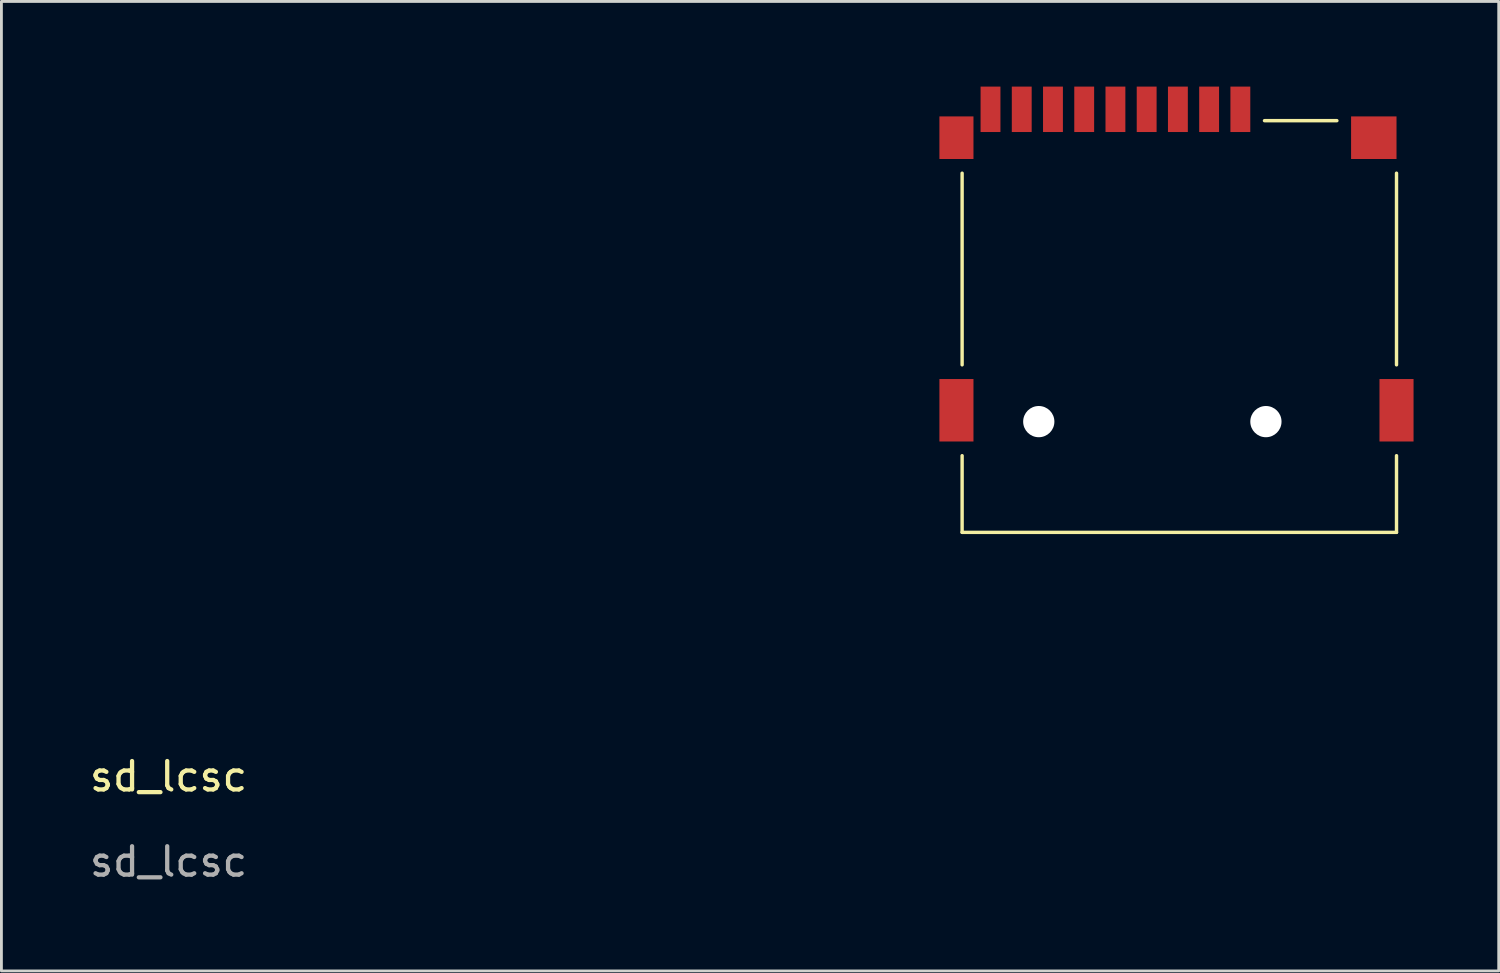
<source format=kicad_pcb>
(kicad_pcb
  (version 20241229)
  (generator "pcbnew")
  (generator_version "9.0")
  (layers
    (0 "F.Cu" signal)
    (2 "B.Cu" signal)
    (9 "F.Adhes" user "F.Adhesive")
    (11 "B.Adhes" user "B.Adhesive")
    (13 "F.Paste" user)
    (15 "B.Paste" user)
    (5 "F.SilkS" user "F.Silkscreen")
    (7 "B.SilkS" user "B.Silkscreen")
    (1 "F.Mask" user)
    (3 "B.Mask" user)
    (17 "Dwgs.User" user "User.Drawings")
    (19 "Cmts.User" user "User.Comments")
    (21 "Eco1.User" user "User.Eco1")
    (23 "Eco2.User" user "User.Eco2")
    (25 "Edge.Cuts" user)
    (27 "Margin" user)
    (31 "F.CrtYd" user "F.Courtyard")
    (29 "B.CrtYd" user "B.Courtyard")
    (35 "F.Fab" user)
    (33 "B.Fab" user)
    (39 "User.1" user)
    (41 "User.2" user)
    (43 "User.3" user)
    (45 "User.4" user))
  (footprint "sd_lcsc"
    (layer "F.Cu")
    (at 33.137 1.8)
    (property "Reference" "sd_lcsc" (at -30.25 22.5 0) (unlocked yes) (layer "F.SilkS") (effects (font (size 1 1) (thickness 0.15))))
    (attr smd)
    (fp_line (start -2.3 8) (end -2.3 1.25) (stroke (width 0.12) (type solid)) (layer "F.SilkS"))
    (fp_line (start -2.3 13.9) (end -2.3 11.2) (stroke (width 0.12) (type solid)) (layer "F.SilkS"))
    (fp_line (start -2.3 13.9) (end 13 13.9) (stroke (width 0.12) (type solid)) (layer "F.SilkS"))
    (fp_line (start 8.35 -0.6) (end 10.9 -0.6) (stroke (width 0.12) (type solid)) (layer "F.SilkS"))
    (fp_line (start 13 1.25) (end 13 8) (stroke (width 0.12) (type solid)) (layer "F.SilkS"))
    (fp_line (start 13 13.9) (end 13 11.2) (stroke (width 0.12) (type solid)) (layer "F.SilkS"))
    (fp_text user "${REFERENCE}" (at -30.25 25.5 0) (unlocked yes) (layer "F.Fab") (effects (font (size 1 1) (thickness 0.15))))
    (pad "" np_thru_hole circle (at 0.4 10) (size 1.1 1.1) (drill 1.1) (layers "*.Cu" "*.Mask"))
    (pad "" np_thru_hole circle (at 8.4 10) (size 1.1 1.1) (drill 1.1) (layers "*.Cu" "*.Mask"))
    (pad "1" smd rect (at 7.5 -1) (size 0.7 1.6) (layers "F.Cu" "F.Mask" "F.Paste"))
    (pad "2" smd rect (at 6.4 -1) (size 0.7 1.6) (layers "F.Cu" "F.Mask" "F.Paste"))
    (pad "3" smd rect (at 5.3 -1) (size 0.7 1.6) (layers "F.Cu" "F.Mask" "F.Paste"))
    (pad "4" smd rect (at 4.2 -1) (size 0.7 1.6) (layers "F.Cu" "F.Mask" "F.Paste"))
    (pad "5" smd rect (at 3.1 -1) (size 0.7 1.6) (layers "F.Cu" "F.Mask" "F.Paste"))
    (pad "6" smd rect (at 2 -1) (size 0.7 1.6) (layers "F.Cu" "F.Mask" "F.Paste"))
    (pad "7" smd rect (at 0.9 -1) (size 0.7 1.6) (layers "F.Cu" "F.Mask" "F.Paste"))
    (pad "8" smd rect (at -0.2 -1) (size 0.7 1.6) (layers "F.Cu" "F.Mask" "F.Paste"))
    (pad "9" smd rect (at -1.3 -1) (size 0.7 1.6) (layers "F.Cu" "F.Mask" "F.Paste"))
    (pad "10" smd rect (at -2.5 0) (size 1.2 1.5) (layers "F.Cu" "F.Mask" "F.Paste"))
    (pad "11" smd rect (at -2.5 9.6) (size 1.2 2.2) (layers "F.Cu" "F.Mask" "F.Paste"))
    (pad "12" smd rect (at 13 9.6) (size 1.2 2.2) (layers "F.Cu" "F.Mask" "F.Paste"))
    (pad "13" smd rect (at 12.2 0) (size 1.6 1.5) (layers "F.Cu" "F.Mask" "F.Paste")))
  (gr_rect
    (start -3 -3)
    (end 49.737 31.148)
    (stroke (width 0.1) (type default))
    (fill no)
    (layer "Edge.Cuts")))
</source>
